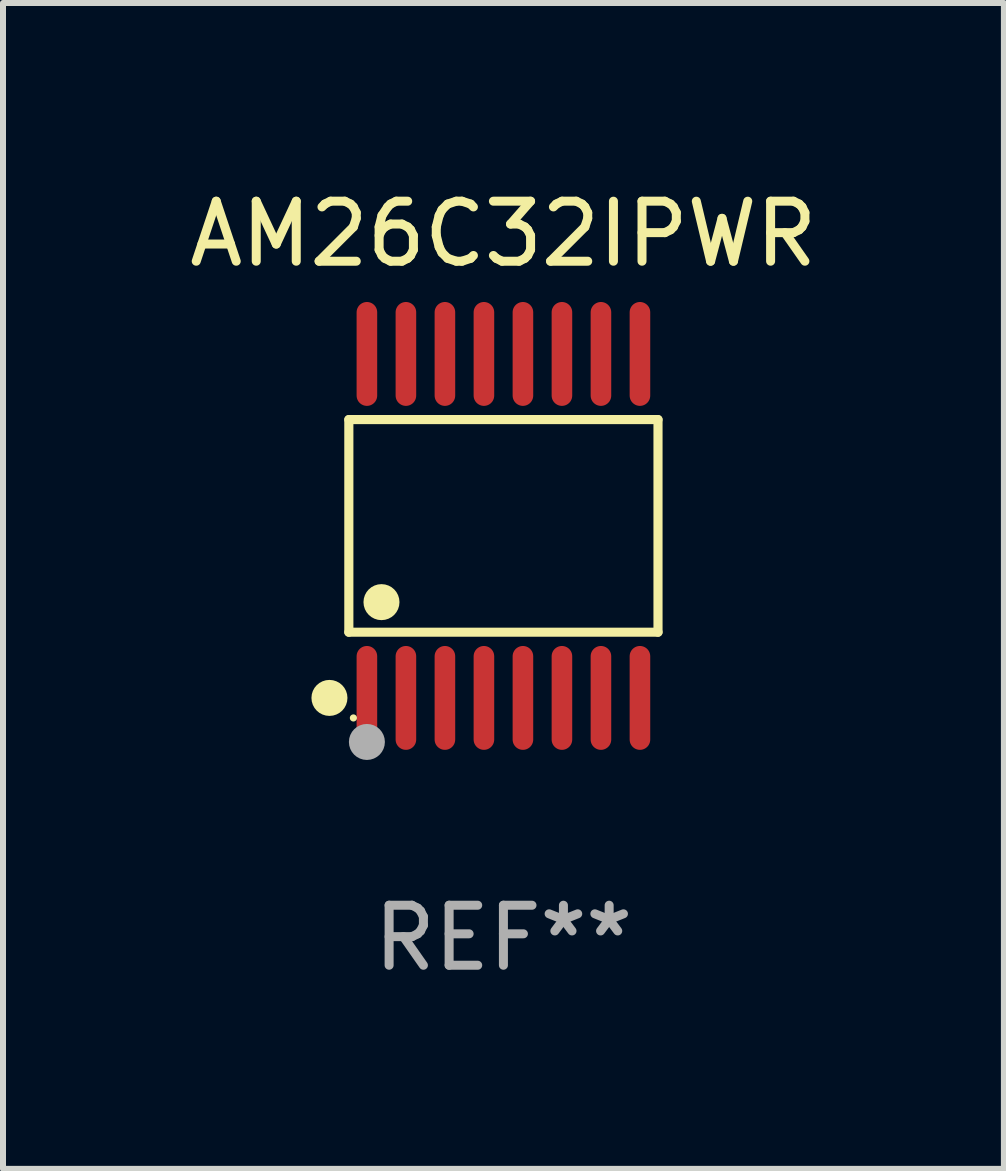
<source format=kicad_pcb>
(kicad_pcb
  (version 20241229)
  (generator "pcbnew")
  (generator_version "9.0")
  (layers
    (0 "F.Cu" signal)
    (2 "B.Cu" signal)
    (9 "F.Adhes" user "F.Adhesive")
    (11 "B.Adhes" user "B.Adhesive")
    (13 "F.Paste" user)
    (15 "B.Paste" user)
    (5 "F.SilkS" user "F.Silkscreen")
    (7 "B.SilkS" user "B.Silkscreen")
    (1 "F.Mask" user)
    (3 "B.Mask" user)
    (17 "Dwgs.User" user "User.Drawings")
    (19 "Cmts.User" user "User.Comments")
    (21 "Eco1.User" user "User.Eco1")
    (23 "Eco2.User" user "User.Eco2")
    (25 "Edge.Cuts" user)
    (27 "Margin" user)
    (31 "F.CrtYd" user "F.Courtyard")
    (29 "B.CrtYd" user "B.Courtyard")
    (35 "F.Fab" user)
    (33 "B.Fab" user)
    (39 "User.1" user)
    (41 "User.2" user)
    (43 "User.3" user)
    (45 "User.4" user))
  (footprint "AM26C32IPWR"
    (layer "F.Cu")
    (at 5.339 5.714)
    (property "Reference" "AM26C32IPWR" (at 0 -4.866 0) (layer "F.SilkS") (effects (font (size 1 1) (thickness 0.15))))
    (attr through_hole)
    (fp_line (start -2.576 -1.772) (end 2.576 -1.772) (stroke (width 0.152) (type solid)) (layer "F.SilkS"))
    (fp_line (start -2.576 1.771) (end -2.576 -1.772) (stroke (width 0.152) (type solid)) (layer "F.SilkS"))
    (fp_line (start 2.576 -1.772) (end 2.576 1.771) (stroke (width 0.152) (type solid)) (layer "F.SilkS"))
    (fp_line (start 2.576 1.771) (end -2.576 1.771) (stroke (width 0.152) (type solid)) (layer "F.SilkS"))
    (fp_circle (center -2.899 2.866) (end -2.749 2.866) (stroke (width 0.3) (type solid)) (fill no) (layer "F.SilkS"))
    (fp_circle (center -2.5 3.2) (end -2.47 3.2) (stroke (width 0.06) (type solid)) (fill no) (layer "F.SilkS"))
    (fp_circle (center -2.032 1.27) (end -1.882 1.27) (stroke (width 0.3) (type solid)) (fill no) (layer "F.SilkS"))
    (fp_circle (center -2.275 3.6) (end -2.125 3.6) (stroke (width 0.3) (type solid)) (fill no) (layer "F.Fab"))
    (fp_text user "REF**" (at 0 6.866 0) (layer "F.Fab") (effects (font (size 1 1) (thickness 0.15))))
    (pad "1" smd oval (at -2.275 2.866) (size 0.343 1.731) (layers "F.Cu" "F.Mask" "F.Paste"))
    (pad "2" smd oval (at -1.625 2.866) (size 0.343 1.731) (layers "F.Cu" "F.Mask" "F.Paste"))
    (pad "3" smd oval (at -0.975 2.866) (size 0.343 1.731) (layers "F.Cu" "F.Mask" "F.Paste"))
    (pad "4" smd oval (at -0.325 2.866) (size 0.343 1.731) (layers "F.Cu" "F.Mask" "F.Paste"))
    (pad "5" smd oval (at 0.325 2.866) (size 0.343 1.731) (layers "F.Cu" "F.Mask" "F.Paste"))
    (pad "6" smd oval (at 0.975 2.866) (size 0.343 1.731) (layers "F.Cu" "F.Mask" "F.Paste"))
    (pad "7" smd oval (at 1.625 2.866) (size 0.343 1.731) (layers "F.Cu" "F.Mask" "F.Paste"))
    (pad "8" smd oval (at 2.275 2.866) (size 0.343 1.731) (layers "F.Cu" "F.Mask" "F.Paste"))
    (pad "9" smd oval (at 2.275 -2.866) (size 0.343 1.731) (layers "F.Cu" "F.Mask" "F.Paste"))
    (pad "10" smd oval (at 1.625 -2.866) (size 0.343 1.731) (layers "F.Cu" "F.Mask" "F.Paste"))
    (pad "11" smd oval (at 0.975 -2.866) (size 0.343 1.731) (layers "F.Cu" "F.Mask" "F.Paste"))
    (pad "12" smd oval (at 0.325 -2.866) (size 0.343 1.731) (layers "F.Cu" "F.Mask" "F.Paste"))
    (pad "13" smd oval (at -0.325 -2.866) (size 0.343 1.731) (layers "F.Cu" "F.Mask" "F.Paste"))
    (pad "14" smd oval (at -0.975 -2.866) (size 0.343 1.731) (layers "F.Cu" "F.Mask" "F.Paste"))
    (pad "15" smd oval (at -1.625 -2.866) (size 0.343 1.731) (layers "F.Cu" "F.Mask" "F.Paste"))
    (pad "16" smd oval (at -2.275 -2.866) (size 0.343 1.731) (layers "F.Cu" "F.Mask" "F.Paste")))
  (gr_rect
    (start -3 -3)
    (end 13.679 16.428)
    (stroke (width 0.1) (type default))
    (fill no)
    (layer "Edge.Cuts")))
</source>
